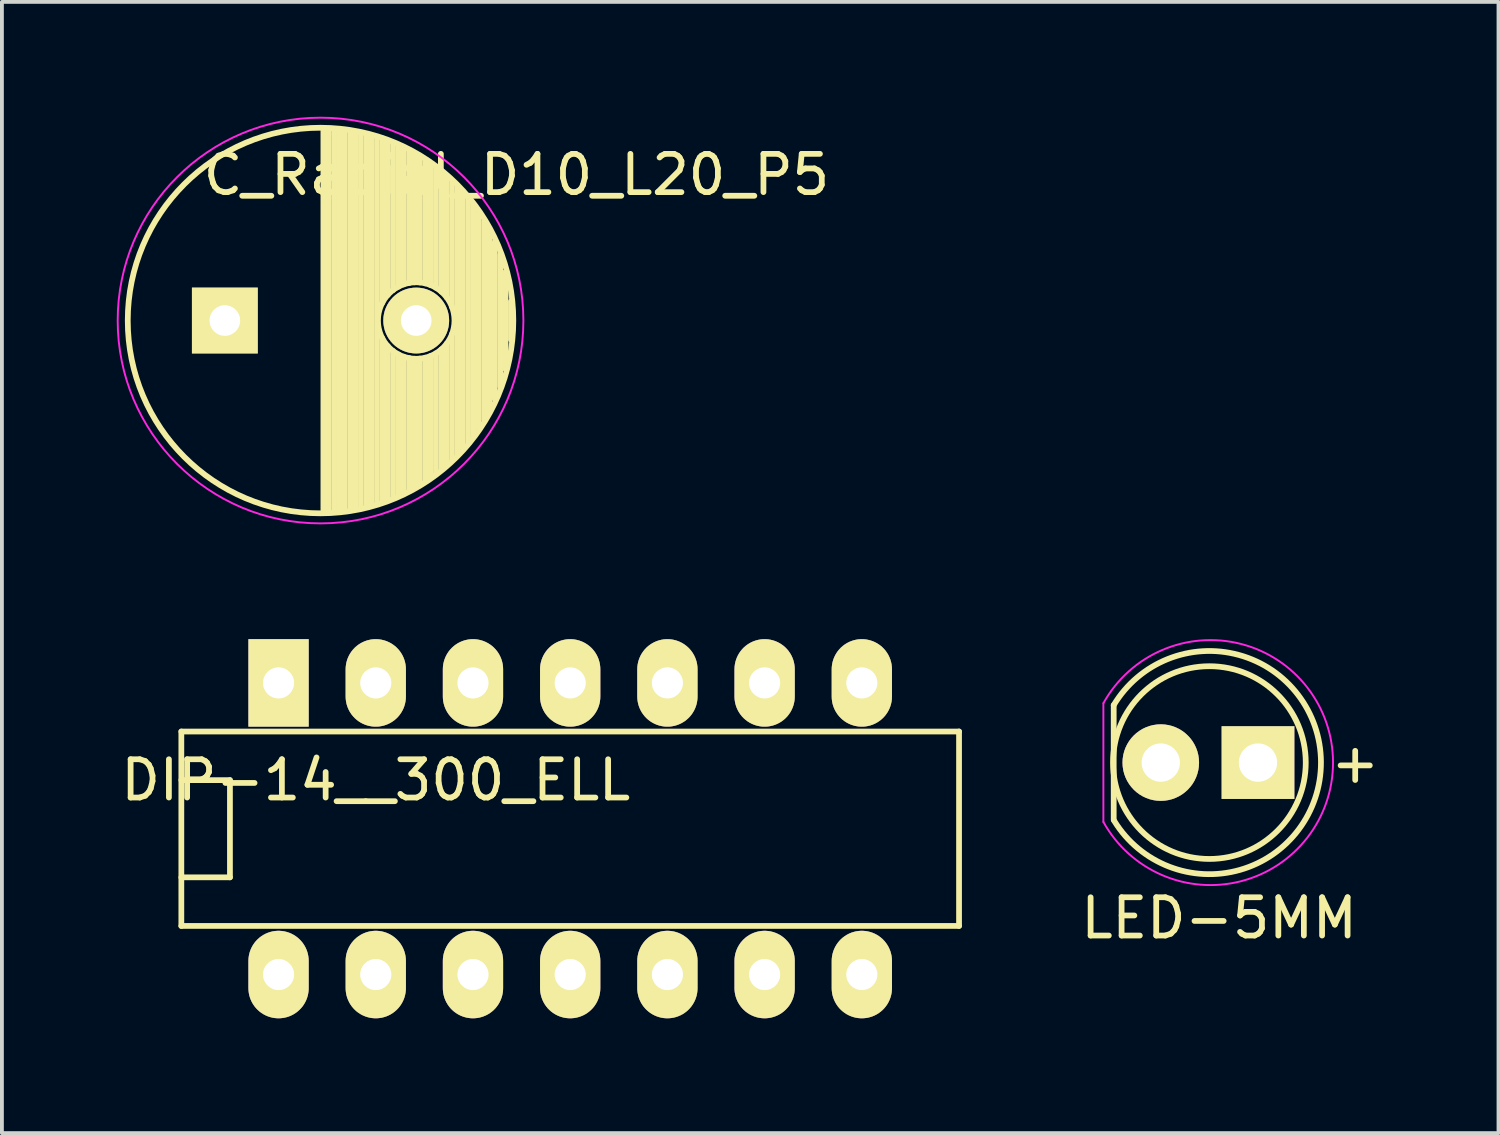
<source format=kicad_pcb>
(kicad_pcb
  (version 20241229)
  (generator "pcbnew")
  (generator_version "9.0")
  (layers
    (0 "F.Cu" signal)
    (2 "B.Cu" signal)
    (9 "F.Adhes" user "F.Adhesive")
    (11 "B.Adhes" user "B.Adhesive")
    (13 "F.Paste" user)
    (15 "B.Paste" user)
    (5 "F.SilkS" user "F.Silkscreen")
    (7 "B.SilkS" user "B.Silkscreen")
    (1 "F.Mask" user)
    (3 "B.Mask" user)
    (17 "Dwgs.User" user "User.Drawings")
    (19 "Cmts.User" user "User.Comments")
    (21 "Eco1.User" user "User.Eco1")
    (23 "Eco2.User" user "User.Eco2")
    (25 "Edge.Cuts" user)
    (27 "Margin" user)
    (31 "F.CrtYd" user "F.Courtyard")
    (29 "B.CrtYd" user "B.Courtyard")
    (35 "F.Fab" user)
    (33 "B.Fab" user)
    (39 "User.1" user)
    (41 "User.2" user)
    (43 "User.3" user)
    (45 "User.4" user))
  (footprint "DIP-14__300_ELL"
    (layer "F.Cu")
    (at 11.848 18.603)
    (property "Reference" "DIP-14__300_ELL" (at -5.08 -1.27 0) (layer "F.SilkS") (effects (font (size 1 1) (thickness 0.15))))
    (attr through_hole)
    (fp_line (start -10.16 -2.54) (end 10.16 -2.54) (stroke (width 0.15) (type solid)) (layer "F.SilkS"))
    (fp_line (start -10.16 -1.27) (end -8.89 -1.27) (stroke (width 0.15) (type solid)) (layer "F.SilkS"))
    (fp_line (start -10.16 2.54) (end -10.16 -2.54) (stroke (width 0.15) (type solid)) (layer "F.SilkS"))
    (fp_line (start -8.89 -1.27) (end -8.89 1.27) (stroke (width 0.15) (type solid)) (layer "F.SilkS"))
    (fp_line (start -8.89 1.27) (end -10.16 1.27) (stroke (width 0.15) (type solid)) (layer "F.SilkS"))
    (fp_line (start 10.16 -2.54) (end 10.16 2.54) (stroke (width 0.15) (type solid)) (layer "F.SilkS"))
    (fp_line (start 10.16 2.54) (end -10.16 2.54) (stroke (width 0.15) (type solid)) (layer "F.SilkS"))
    (pad "1" thru_hole oval (at -7.62 3.81) (size 1.575 2.286) (drill 0.813) (layers "*.Cu" "*.Mask" "F.SilkS"))
    (pad "2" thru_hole oval (at -5.08 3.81) (size 1.575 2.286) (drill 0.813) (layers "*.Cu" "*.Mask" "F.SilkS"))
    (pad "3" thru_hole oval (at -2.54 3.81) (size 1.575 2.286) (drill 0.813) (layers "*.Cu" "*.Mask" "F.SilkS"))
    (pad "4" thru_hole oval (at 0 3.81) (size 1.575 2.286) (drill 0.813) (layers "*.Cu" "*.Mask" "F.SilkS"))
    (pad "5" thru_hole oval (at 2.54 3.81) (size 1.575 2.286) (drill 0.813) (layers "*.Cu" "*.Mask" "F.SilkS"))
    (pad "6" thru_hole oval (at 5.08 3.81) (size 1.575 2.286) (drill 0.813) (layers "*.Cu" "*.Mask" "F.SilkS"))
    (pad "7" thru_hole oval (at 7.62 3.81) (size 1.575 2.286) (drill 0.813) (layers "*.Cu" "*.Mask" "F.SilkS"))
    (pad "8" thru_hole oval (at 7.62 -3.81) (size 1.575 2.286) (drill 0.813) (layers "*.Cu" "*.Mask" "F.SilkS"))
    (pad "9" thru_hole oval (at 5.08 -3.81) (size 1.575 2.286) (drill 0.813) (layers "*.Cu" "*.Mask" "F.SilkS"))
    (pad "10" thru_hole oval (at 2.54 -3.81) (size 1.575 2.286) (drill 0.813) (layers "*.Cu" "*.Mask" "F.SilkS"))
    (pad "11" thru_hole oval (at 0 -3.81) (size 1.575 2.286) (drill 0.813) (layers "*.Cu" "*.Mask" "F.SilkS"))
    (pad "12" thru_hole oval (at -2.54 -3.81) (size 1.575 2.286) (drill 0.813) (layers "*.Cu" "*.Mask" "F.SilkS"))
    (pad "13" thru_hole oval (at -5.08 -3.81) (size 1.575 2.286) (drill 0.813) (layers "*.Cu" "*.Mask" "F.SilkS"))
    (pad "14" thru_hole rect (at -7.62 -3.81) (size 1.575 2.286) (drill 0.813) (layers "*.Cu" "*.Mask" "F.SilkS")))
  (footprint "LED-5MM"
    (layer "F.Cu")
    (at 27.279 16.875)
    (property "Reference" "LED-5MM" (at 1.524 4.064 0) (layer "F.SilkS") (effects (font (size 1 1) (thickness 0.15))))
    (attr through_hole)
    (fp_line (start -1.23 1.5) (end -1.23 -1.5) (stroke (width 0.15) (type solid)) (layer "F.SilkS"))
    (fp_arc (start -1.23 -1.5) (mid 4.18544 -0.014565) (end -1.214888 1.524904) (stroke (width 0.15) (type solid)) (layer "F.SilkS"))
    (fp_circle (center 1.27 0) (end 0.97 -2.5) (stroke (width 0.15) (type solid)) (fill no) (layer "F.SilkS"))
    (fp_line (start -1.5 -1.55) (end -1.5 1.55) (stroke (width 0.05) (type solid)) (layer "F.CrtYd"))
    (fp_arc (start -1.498248 -1.55316) (mid 4.50039 0.001807) (end -1.5 1.55) (stroke (width 0.05) (type solid)) (layer "F.CrtYd"))
    (fp_text user "+" (at 5.08 0 0) (layer "F.SilkS") (effects (font (size 1 1) (thickness 0.15))))
    (pad "1" thru_hole circle (at 0 0 90) (size 2 2) (drill 1.001) (layers "*.Cu" "*.Mask" "F.SilkS"))
    (pad "2" thru_hole rect (at 2.54 0) (size 1.9 1.9) (drill 1.001) (layers "*.Cu" "*.Mask" "F.SilkS")))
  (footprint "C_Radial_D10_L20_P5"
    (layer "F.Cu")
    (at 2.825 5.325)
    (property "Reference" "C_Radial_D10_L20_P5" (at 7.62 -3.81 0) (layer "F.SilkS") (effects (font (size 1 1) (thickness 0.15))))
    (attr through_hole)
    (fp_line (start 2.575 -4.999) (end 2.575 4.999) (stroke (width 0.15) (type solid)) (layer "F.SilkS"))
    (fp_line (start 2.715 -4.995) (end 2.715 4.995) (stroke (width 0.15) (type solid)) (layer "F.SilkS"))
    (fp_line (start 2.855 -4.987) (end 2.855 4.987) (stroke (width 0.15) (type solid)) (layer "F.SilkS"))
    (fp_line (start 2.995 -4.975) (end 2.995 4.975) (stroke (width 0.15) (type solid)) (layer "F.SilkS"))
    (fp_line (start 3.135 -4.96) (end 3.135 4.96) (stroke (width 0.15) (type solid)) (layer "F.SilkS"))
    (fp_line (start 3.275 -4.94) (end 3.275 4.94) (stroke (width 0.15) (type solid)) (layer "F.SilkS"))
    (fp_line (start 3.415 -4.916) (end 3.415 4.916) (stroke (width 0.15) (type solid)) (layer "F.SilkS"))
    (fp_line (start 3.555 -4.887) (end 3.555 4.887) (stroke (width 0.15) (type solid)) (layer "F.SilkS"))
    (fp_line (start 3.695 -4.855) (end 3.695 4.855) (stroke (width 0.15) (type solid)) (layer "F.SilkS"))
    (fp_line (start 3.835 -4.818) (end 3.835 4.818) (stroke (width 0.15) (type solid)) (layer "F.SilkS"))
    (fp_line (start 3.975 -4.777) (end 3.975 4.777) (stroke (width 0.15) (type solid)) (layer "F.SilkS"))
    (fp_line (start 4.115 -4.732) (end 4.115 -0.466) (stroke (width 0.15) (type solid)) (layer "F.SilkS"))
    (fp_line (start 4.115 0.466) (end 4.115 4.732) (stroke (width 0.15) (type solid)) (layer "F.SilkS"))
    (fp_line (start 4.255 -4.682) (end 4.255 -0.667) (stroke (width 0.15) (type solid)) (layer "F.SilkS"))
    (fp_line (start 4.255 0.667) (end 4.255 4.682) (stroke (width 0.15) (type solid)) (layer "F.SilkS"))
    (fp_line (start 4.395 -4.627) (end 4.395 -0.796) (stroke (width 0.15) (type solid)) (layer "F.SilkS"))
    (fp_line (start 4.395 0.796) (end 4.395 4.627) (stroke (width 0.15) (type solid)) (layer "F.SilkS"))
    (fp_line (start 4.535 -4.567) (end 4.535 -0.885) (stroke (width 0.15) (type solid)) (layer "F.SilkS"))
    (fp_line (start 4.535 0.885) (end 4.535 4.567) (stroke (width 0.15) (type solid)) (layer "F.SilkS"))
    (fp_line (start 4.675 -4.502) (end 4.675 -0.946) (stroke (width 0.15) (type solid)) (layer "F.SilkS"))
    (fp_line (start 4.675 0.946) (end 4.675 4.502) (stroke (width 0.15) (type solid)) (layer "F.SilkS"))
    (fp_line (start 4.815 -4.432) (end 4.815 -0.983) (stroke (width 0.15) (type solid)) (layer "F.SilkS"))
    (fp_line (start 4.815 0.983) (end 4.815 4.432) (stroke (width 0.15) (type solid)) (layer "F.SilkS"))
    (fp_line (start 4.955 -4.356) (end 4.955 -0.999) (stroke (width 0.15) (type solid)) (layer "F.SilkS"))
    (fp_line (start 4.955 0.999) (end 4.955 4.356) (stroke (width 0.15) (type solid)) (layer "F.SilkS"))
    (fp_line (start 5.095 -4.274) (end 5.095 -0.995) (stroke (width 0.15) (type solid)) (layer "F.SilkS"))
    (fp_line (start 5.095 0.995) (end 5.095 4.274) (stroke (width 0.15) (type solid)) (layer "F.SilkS"))
    (fp_line (start 5.235 -4.186) (end 5.235 -0.972) (stroke (width 0.15) (type solid)) (layer "F.SilkS"))
    (fp_line (start 5.235 0.972) (end 5.235 4.186) (stroke (width 0.15) (type solid)) (layer "F.SilkS"))
    (fp_line (start 5.375 -4.091) (end 5.375 -0.927) (stroke (width 0.15) (type solid)) (layer "F.SilkS"))
    (fp_line (start 5.375 0.927) (end 5.375 4.091) (stroke (width 0.15) (type solid)) (layer "F.SilkS"))
    (fp_line (start 5.515 -3.989) (end 5.515 -0.857) (stroke (width 0.15) (type solid)) (layer "F.SilkS"))
    (fp_line (start 5.515 0.857) (end 5.515 3.989) (stroke (width 0.15) (type solid)) (layer "F.SilkS"))
    (fp_line (start 5.655 -3.879) (end 5.655 -0.756) (stroke (width 0.15) (type solid)) (layer "F.SilkS"))
    (fp_line (start 5.655 0.756) (end 5.655 3.879) (stroke (width 0.15) (type solid)) (layer "F.SilkS"))
    (fp_line (start 5.795 -3.761) (end 5.795 -0.607) (stroke (width 0.15) (type solid)) (layer "F.SilkS"))
    (fp_line (start 5.795 0.607) (end 5.795 3.761) (stroke (width 0.15) (type solid)) (layer "F.SilkS"))
    (fp_line (start 5.935 -3.633) (end 5.935 -0.355) (stroke (width 0.15) (type solid)) (layer "F.SilkS"))
    (fp_line (start 5.935 0.355) (end 5.935 3.633) (stroke (width 0.15) (type solid)) (layer "F.SilkS"))
    (fp_line (start 6.075 -3.496) (end 6.075 3.496) (stroke (width 0.15) (type solid)) (layer "F.SilkS"))
    (fp_line (start 6.215 -3.346) (end 6.215 3.346) (stroke (width 0.15) (type solid)) (layer "F.SilkS"))
    (fp_line (start 6.355 -3.184) (end 6.355 3.184) (stroke (width 0.15) (type solid)) (layer "F.SilkS"))
    (fp_line (start 6.495 -3.007) (end 6.495 3.007) (stroke (width 0.15) (type solid)) (layer "F.SilkS"))
    (fp_line (start 6.635 -2.811) (end 6.635 2.811) (stroke (width 0.15) (type solid)) (layer "F.SilkS"))
    (fp_line (start 6.775 -2.593) (end 6.775 2.593) (stroke (width 0.15) (type solid)) (layer "F.SilkS"))
    (fp_line (start 6.915 -2.347) (end 6.915 2.347) (stroke (width 0.15) (type solid)) (layer "F.SilkS"))
    (fp_line (start 7.055 -2.062) (end 7.055 2.062) (stroke (width 0.15) (type solid)) (layer "F.SilkS"))
    (fp_line (start 7.195 -1.72) (end 7.195 1.72) (stroke (width 0.15) (type solid)) (layer "F.SilkS"))
    (fp_line (start 7.335 -1.274) (end 7.335 1.274) (stroke (width 0.15) (type solid)) (layer "F.SilkS"))
    (fp_line (start 7.475 -0.499) (end 7.475 0.499) (stroke (width 0.15) (type solid)) (layer "F.SilkS"))
    (fp_circle (center 2.5 0) (end 2.5 -5.037) (stroke (width 0.15) (type solid)) (fill no) (layer "F.SilkS"))
    (fp_circle (center 5 0) (end 5 -1) (stroke (width 0.15) (type solid)) (fill no) (layer "F.SilkS"))
    (fp_circle (center 2.5 0) (end 2.5 -5.3) (stroke (width 0.05) (type solid)) (fill no) (layer "F.CrtYd"))
    (pad "1" thru_hole rect (at 0 0) (size 1.72 1.72) (drill 0.8) (layers "*.Cu" "*.Mask" "F.SilkS"))
    (pad "2" thru_hole circle (at 5 0) (size 1.72 1.72) (drill 0.8) (layers "*.Cu" "*.Mask" "F.SilkS")))
  (gr_rect
    (start -3 -3)
    (end 36.103 26.556)
    (stroke (width 0.1) (type default))
    (fill no)
    (layer "Edge.Cuts")))
</source>
